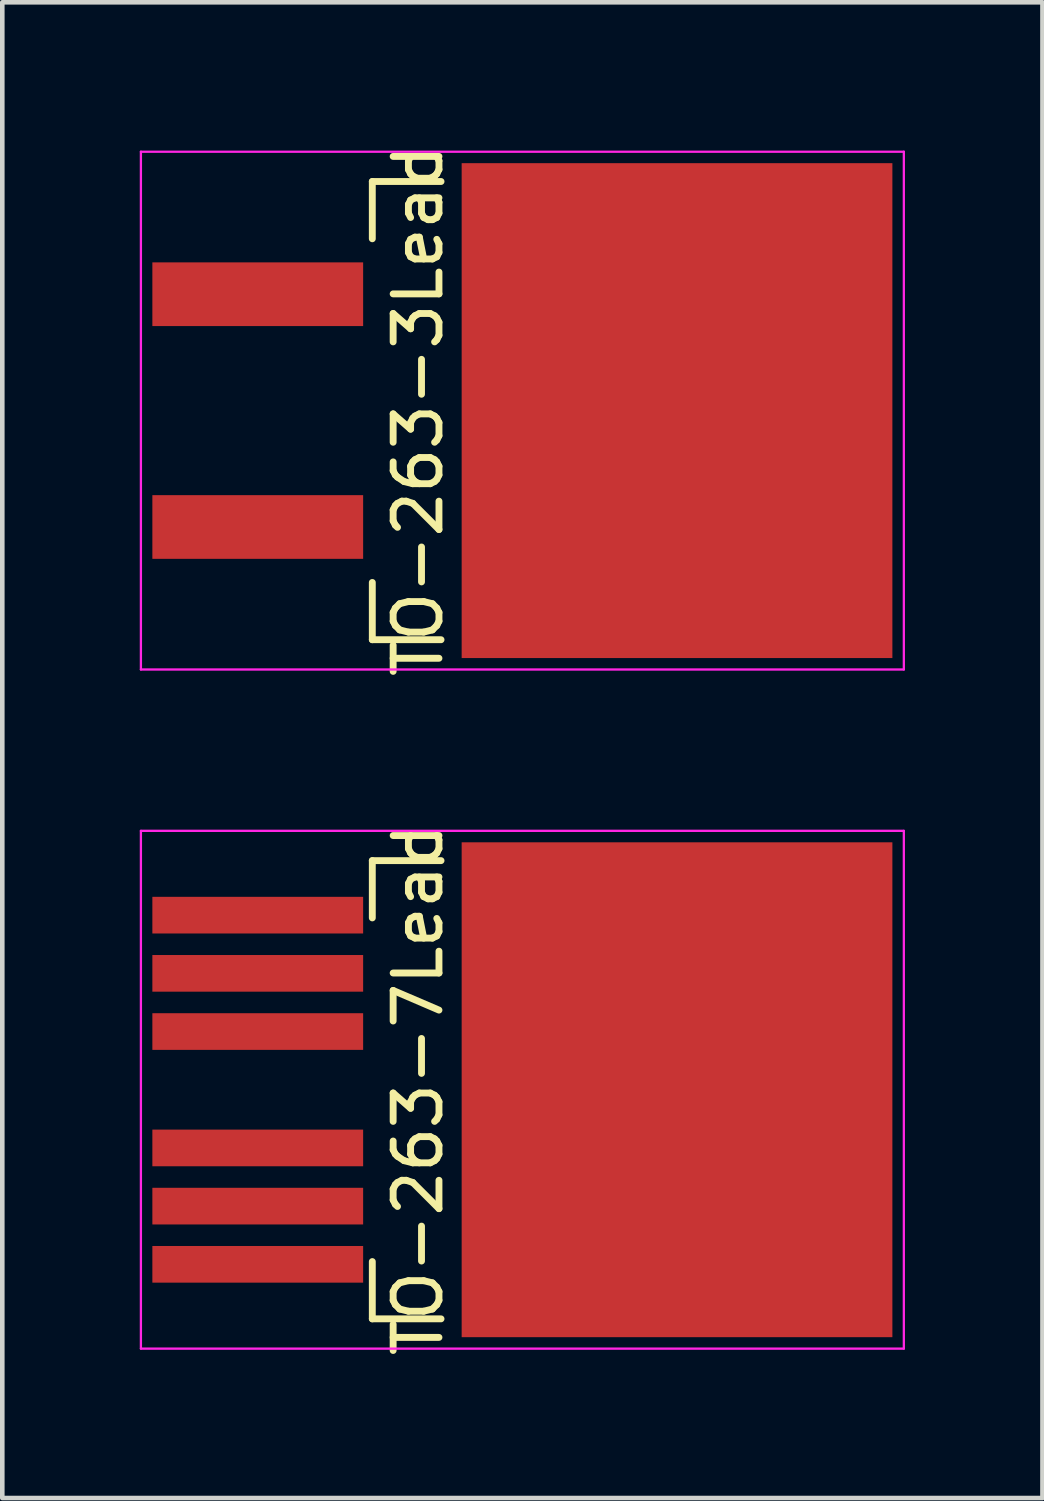
<source format=kicad_pcb>
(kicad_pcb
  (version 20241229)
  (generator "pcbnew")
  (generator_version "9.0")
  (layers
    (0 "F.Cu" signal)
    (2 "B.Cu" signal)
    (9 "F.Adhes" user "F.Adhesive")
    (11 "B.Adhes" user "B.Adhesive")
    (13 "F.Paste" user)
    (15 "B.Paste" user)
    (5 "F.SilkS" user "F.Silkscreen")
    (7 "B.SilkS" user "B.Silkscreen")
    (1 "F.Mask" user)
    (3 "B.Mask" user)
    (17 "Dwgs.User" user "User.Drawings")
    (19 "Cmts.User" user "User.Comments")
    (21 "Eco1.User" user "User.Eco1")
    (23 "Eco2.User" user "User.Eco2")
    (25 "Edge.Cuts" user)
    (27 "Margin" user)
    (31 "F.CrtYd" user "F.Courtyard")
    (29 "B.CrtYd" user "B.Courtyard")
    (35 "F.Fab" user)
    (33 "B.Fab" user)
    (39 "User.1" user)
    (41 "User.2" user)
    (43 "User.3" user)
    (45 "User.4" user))
  (footprint "TO-263-3Lead"
    (layer "F.Cu")
    (at 2.575 5.911)
    (property "Reference" "TO-263-3Lead" (at 3.5 0 90) (layer "F.SilkS") (effects (font (size 1 1) (thickness 0.15))))
    (attr smd)
    (fp_line (start 2.5 -5) (end 2.5 -3.75) (stroke (width 0.15) (type solid)) (layer "F.SilkS"))
    (fp_line (start 2.5 -5) (end 4 -5) (stroke (width 0.15) (type solid)) (layer "F.SilkS"))
    (fp_line (start 2.5 5) (end 2.5 3.75) (stroke (width 0.15) (type solid)) (layer "F.SilkS"))
    (fp_line (start 2.5 5) (end 4 5) (stroke (width 0.15) (type solid)) (layer "F.SilkS"))
    (fp_line (start -2.55 -5.65) (end -2.55 5.65) (stroke (width 0.05) (type solid)) (layer "F.CrtYd"))
    (fp_line (start 14.1 -5.65) (end -2.55 -5.65) (stroke (width 0.05) (type solid)) (layer "F.CrtYd"))
    (fp_line (start 14.1 -5.65) (end 14.1 5.65) (stroke (width 0.05) (type solid)) (layer "F.CrtYd"))
    (fp_line (start 14.1 5.65) (end -2.55 5.65) (stroke (width 0.05) (type solid)) (layer "F.CrtYd"))
    (pad "1" smd rect (at 0 -2.54) (size 4.6 1.39) (layers "F.Cu" "F.Mask" "F.Paste"))
    (pad "2" smd rect (at 9.15 0) (size 9.4 10.8) (layers "F.Cu" "F.Mask" "F.Paste"))
    (pad "3" smd rect (at 0 2.54) (size 4.6 1.39) (layers "F.Cu" "F.Mask" "F.Paste")))
  (footprint "TO-263-7Lead"
    (layer "F.Cu")
    (at 2.575 20.732)
    (property "Reference" "TO-263-7Lead" (at 3.5 0 90) (layer "F.SilkS") (effects (font (size 1 1) (thickness 0.15))))
    (attr smd)
    (fp_line (start 2.5 -5) (end 2.5 -3.75) (stroke (width 0.15) (type solid)) (layer "F.SilkS"))
    (fp_line (start 2.5 -5) (end 4 -5) (stroke (width 0.15) (type solid)) (layer "F.SilkS"))
    (fp_line (start 2.5 5) (end 2.5 3.75) (stroke (width 0.15) (type solid)) (layer "F.SilkS"))
    (fp_line (start 2.5 5) (end 4 5) (stroke (width 0.15) (type solid)) (layer "F.SilkS"))
    (fp_line (start -2.55 -5.65) (end -2.55 5.65) (stroke (width 0.05) (type solid)) (layer "F.CrtYd"))
    (fp_line (start 14.1 -5.65) (end -2.55 -5.65) (stroke (width 0.05) (type solid)) (layer "F.CrtYd"))
    (fp_line (start 14.1 -5.65) (end 14.1 5.65) (stroke (width 0.05) (type solid)) (layer "F.CrtYd"))
    (fp_line (start 14.1 5.65) (end -2.55 5.65) (stroke (width 0.05) (type solid)) (layer "F.CrtYd"))
    (pad "1" smd rect (at 0 -3.81) (size 4.6 0.8) (layers "F.Cu" "F.Mask" "F.Paste"))
    (pad "2" smd rect (at 0 -2.54) (size 4.6 0.8) (layers "F.Cu" "F.Mask" "F.Paste"))
    (pad "3" smd rect (at 0 -1.27) (size 4.6 0.8) (layers "F.Cu" "F.Mask" "F.Paste"))
    (pad "4" smd rect (at 9.15 0) (size 9.4 10.8) (layers "F.Cu" "F.Mask" "F.Paste"))
    (pad "5" smd rect (at 0 1.27) (size 4.6 0.8) (layers "F.Cu" "F.Mask" "F.Paste"))
    (pad "6" smd rect (at 0 2.54) (size 4.6 0.8) (layers "F.Cu" "F.Mask" "F.Paste"))
    (pad "7" smd rect (at 0 3.81) (size 4.6 0.8) (layers "F.Cu" "F.Mask" "F.Paste")))
  (gr_rect
    (start -3 -3)
    (end 19.7 29.643)
    (stroke (width 0.1) (type default))
    (fill no)
    (layer "Edge.Cuts")))
</source>
